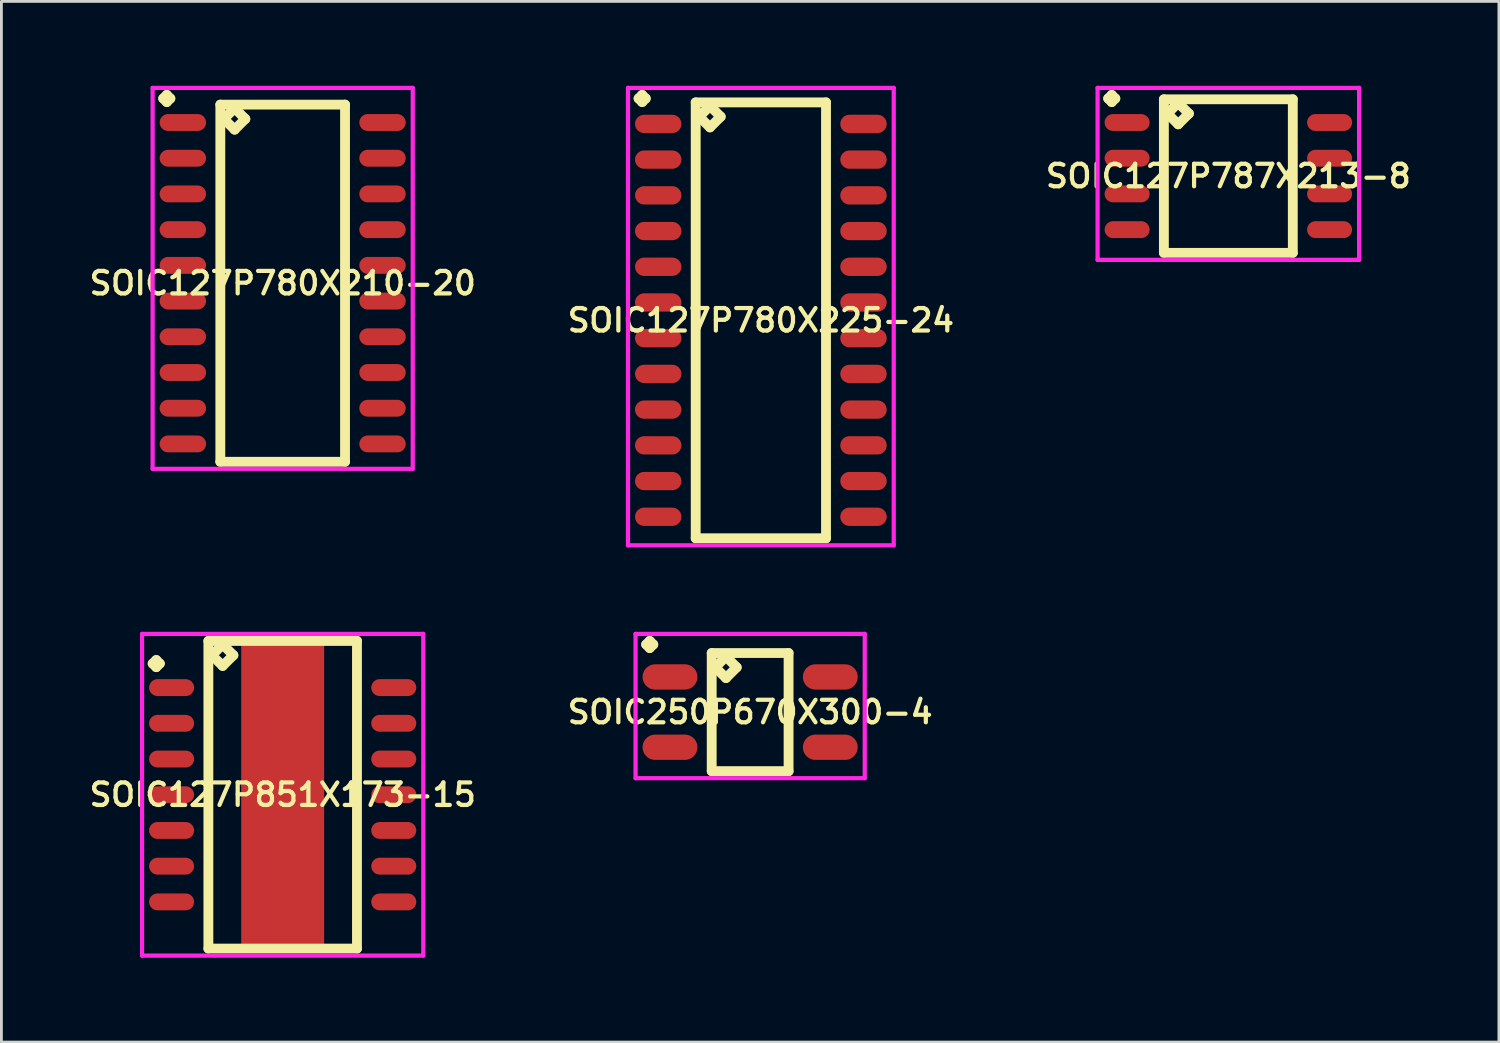
<source format=kicad_pcb>
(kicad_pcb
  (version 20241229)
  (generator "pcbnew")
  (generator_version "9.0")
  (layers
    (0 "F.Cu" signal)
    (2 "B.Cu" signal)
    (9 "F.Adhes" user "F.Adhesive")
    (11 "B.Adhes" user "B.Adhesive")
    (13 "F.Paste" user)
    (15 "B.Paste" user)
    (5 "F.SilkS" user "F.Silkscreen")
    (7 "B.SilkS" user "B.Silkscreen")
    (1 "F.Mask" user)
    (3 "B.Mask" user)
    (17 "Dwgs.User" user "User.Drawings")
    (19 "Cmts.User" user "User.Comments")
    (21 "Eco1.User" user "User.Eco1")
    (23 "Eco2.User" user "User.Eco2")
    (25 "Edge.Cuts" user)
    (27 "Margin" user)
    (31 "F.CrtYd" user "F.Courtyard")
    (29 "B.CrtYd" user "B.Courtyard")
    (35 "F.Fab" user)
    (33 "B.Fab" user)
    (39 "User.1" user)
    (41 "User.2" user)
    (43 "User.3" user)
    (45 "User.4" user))
  (footprint "SOIC127P787X213-8"
    (layer "F.Cu")
    (at 40.63 3.211)
    (property "Reference" "SOIC127P787X213-8" (at 0 0 0) (layer "F.SilkS") (effects (font (size 0.8 0.8) (thickness 0.15))))
    (attr through_hole)
    (fp_line (start -4.273 -2.759) (end -4.146 -2.886) (stroke (width 0.35) (type solid)) (layer "F.SilkS"))
    (fp_line (start -4.146 -2.886) (end -4.019 -2.759) (stroke (width 0.35) (type solid)) (layer "F.SilkS"))
    (fp_line (start -4.146 -2.632) (end -4.273 -2.759) (stroke (width 0.35) (type solid)) (layer "F.SilkS"))
    (fp_line (start -4.019 -2.759) (end -4.146 -2.632) (stroke (width 0.35) (type solid)) (layer "F.SilkS"))
    (fp_line (start -2.292 -2.73) (end -2.292 2.73) (stroke (width 0.35) (type solid)) (layer "F.SilkS"))
    (fp_line (start -2.292 2.73) (end 2.292 2.73) (stroke (width 0.35) (type solid)) (layer "F.SilkS"))
    (fp_line (start -2.165 -2.222) (end -1.784 -2.603) (stroke (width 0.35) (type solid)) (layer "F.SilkS"))
    (fp_line (start -1.784 -2.603) (end -1.403 -2.222) (stroke (width 0.35) (type solid)) (layer "F.SilkS"))
    (fp_line (start -1.784 -1.841) (end -2.165 -2.222) (stroke (width 0.35) (type solid)) (layer "F.SilkS"))
    (fp_line (start -1.403 -2.222) (end -1.784 -1.841) (stroke (width 0.35) (type solid)) (layer "F.SilkS"))
    (fp_line (start 2.292 -2.73) (end -2.292 -2.73) (stroke (width 0.35) (type solid)) (layer "F.SilkS"))
    (fp_line (start 2.292 2.73) (end 2.292 -2.73) (stroke (width 0.35) (type solid)) (layer "F.SilkS"))
    (fp_line (start -4.65 -3.136) (end 4.65 -3.136) (stroke (width 0.15) (type solid)) (layer "F.CrtYd"))
    (fp_line (start -4.65 2.98) (end -4.65 -3.136) (stroke (width 0.15) (type solid)) (layer "F.CrtYd"))
    (fp_line (start 4.65 -3.136) (end 4.65 2.98) (stroke (width 0.15) (type solid)) (layer "F.CrtYd"))
    (fp_line (start 4.65 2.98) (end -4.65 2.98) (stroke (width 0.15) (type solid)) (layer "F.CrtYd"))
    (pad "1" smd oval (at -3.6 -1.905) (size 1.6 0.6) (layers "F.Cu" "F.Mask" "F.Paste"))
    (pad "2" smd oval (at -3.6 -0.635) (size 1.6 0.6) (layers "F.Cu" "F.Mask" "F.Paste"))
    (pad "3" smd oval (at -3.6 0.635) (size 1.6 0.6) (layers "F.Cu" "F.Mask" "F.Paste"))
    (pad "4" smd oval (at -3.6 1.905) (size 1.6 0.6) (layers "F.Cu" "F.Mask" "F.Paste"))
    (pad "5" smd oval (at 3.6 1.905) (size 1.6 0.6) (layers "F.Cu" "F.Mask" "F.Paste"))
    (pad "6" smd oval (at 3.6 0.635) (size 1.6 0.6) (layers "F.Cu" "F.Mask" "F.Paste"))
    (pad "7" smd oval (at 3.6 -0.635) (size 1.6 0.6) (layers "F.Cu" "F.Mask" "F.Paste"))
    (pad "8" smd oval (at 3.6 -1.905) (size 1.6 0.6) (layers "F.Cu" "F.Mask" "F.Paste")))
  (footprint "SOIC127P780X225-24"
    (layer "F.Cu")
    (at 24.006 8.341)
    (property "Reference" "SOIC127P780X225-24" (at 0 0 0) (layer "F.SilkS") (effects (font (size 0.8 0.8) (thickness 0.15))))
    (attr through_hole)
    (fp_line (start -4.348 -7.889) (end -4.221 -8.016) (stroke (width 0.35) (type solid)) (layer "F.SilkS"))
    (fp_line (start -4.221 -8.016) (end -4.094 -7.889) (stroke (width 0.35) (type solid)) (layer "F.SilkS"))
    (fp_line (start -4.221 -7.762) (end -4.348 -7.889) (stroke (width 0.35) (type solid)) (layer "F.SilkS"))
    (fp_line (start -4.094 -7.889) (end -4.221 -7.762) (stroke (width 0.35) (type solid)) (layer "F.SilkS"))
    (fp_line (start -2.317 -7.75) (end -2.317 7.75) (stroke (width 0.35) (type solid)) (layer "F.SilkS"))
    (fp_line (start -2.317 7.75) (end 2.317 7.75) (stroke (width 0.35) (type solid)) (layer "F.SilkS"))
    (fp_line (start -2.19 -7.242) (end -1.809 -7.623) (stroke (width 0.35) (type solid)) (layer "F.SilkS"))
    (fp_line (start -1.809 -7.623) (end -1.428 -7.242) (stroke (width 0.35) (type solid)) (layer "F.SilkS"))
    (fp_line (start -1.809 -6.861) (end -2.19 -7.242) (stroke (width 0.35) (type solid)) (layer "F.SilkS"))
    (fp_line (start -1.428 -7.242) (end -1.809 -6.861) (stroke (width 0.35) (type solid)) (layer "F.SilkS"))
    (fp_line (start 2.317 -7.75) (end -2.317 -7.75) (stroke (width 0.35) (type solid)) (layer "F.SilkS"))
    (fp_line (start 2.317 7.75) (end 2.317 -7.75) (stroke (width 0.35) (type solid)) (layer "F.SilkS"))
    (fp_line (start -4.725 -8.266) (end 4.725 -8.266) (stroke (width 0.15) (type solid)) (layer "F.CrtYd"))
    (fp_line (start -4.725 8) (end -4.725 -8.266) (stroke (width 0.15) (type solid)) (layer "F.CrtYd"))
    (fp_line (start 4.725 -8.266) (end 4.725 8) (stroke (width 0.15) (type solid)) (layer "F.CrtYd"))
    (fp_line (start 4.725 8) (end -4.725 8) (stroke (width 0.15) (type solid)) (layer "F.CrtYd"))
    (pad "1" smd oval (at -3.65 -6.985) (size 1.65 0.65) (layers "F.Cu" "F.Mask" "F.Paste"))
    (pad "2" smd oval (at -3.65 -5.715) (size 1.65 0.65) (layers "F.Cu" "F.Mask" "F.Paste"))
    (pad "3" smd oval (at -3.65 -4.445) (size 1.65 0.65) (layers "F.Cu" "F.Mask" "F.Paste"))
    (pad "4" smd oval (at -3.65 -3.175) (size 1.65 0.65) (layers "F.Cu" "F.Mask" "F.Paste"))
    (pad "5" smd oval (at -3.65 -1.905) (size 1.65 0.65) (layers "F.Cu" "F.Mask" "F.Paste"))
    (pad "6" smd oval (at -3.65 -0.635) (size 1.65 0.65) (layers "F.Cu" "F.Mask" "F.Paste"))
    (pad "7" smd oval (at -3.65 0.635) (size 1.65 0.65) (layers "F.Cu" "F.Mask" "F.Paste"))
    (pad "8" smd oval (at -3.65 1.905) (size 1.65 0.65) (layers "F.Cu" "F.Mask" "F.Paste"))
    (pad "9" smd oval (at -3.65 3.175) (size 1.65 0.65) (layers "F.Cu" "F.Mask" "F.Paste"))
    (pad "10" smd oval (at -3.65 4.445) (size 1.65 0.65) (layers "F.Cu" "F.Mask" "F.Paste"))
    (pad "11" smd oval (at -3.65 5.715) (size 1.65 0.65) (layers "F.Cu" "F.Mask" "F.Paste"))
    (pad "12" smd oval (at -3.65 6.985) (size 1.65 0.65) (layers "F.Cu" "F.Mask" "F.Paste"))
    (pad "13" smd oval (at 3.65 6.985) (size 1.65 0.65) (layers "F.Cu" "F.Mask" "F.Paste"))
    (pad "14" smd oval (at 3.65 5.715) (size 1.65 0.65) (layers "F.Cu" "F.Mask" "F.Paste"))
    (pad "15" smd oval (at 3.65 4.445) (size 1.65 0.65) (layers "F.Cu" "F.Mask" "F.Paste"))
    (pad "16" smd oval (at 3.65 3.175) (size 1.65 0.65) (layers "F.Cu" "F.Mask" "F.Paste"))
    (pad "17" smd oval (at 3.65 1.905) (size 1.65 0.65) (layers "F.Cu" "F.Mask" "F.Paste"))
    (pad "18" smd oval (at 3.65 0.635) (size 1.65 0.65) (layers "F.Cu" "F.Mask" "F.Paste"))
    (pad "19" smd oval (at 3.65 -0.635) (size 1.65 0.65) (layers "F.Cu" "F.Mask" "F.Paste"))
    (pad "20" smd oval (at 3.65 -1.905) (size 1.65 0.65) (layers "F.Cu" "F.Mask" "F.Paste"))
    (pad "21" smd oval (at 3.65 -3.175) (size 1.65 0.65) (layers "F.Cu" "F.Mask" "F.Paste"))
    (pad "22" smd oval (at 3.65 -4.445) (size 1.65 0.65) (layers "F.Cu" "F.Mask" "F.Paste"))
    (pad "23" smd oval (at 3.65 -5.715) (size 1.65 0.65) (layers "F.Cu" "F.Mask" "F.Paste"))
    (pad "24" smd oval (at 3.65 -6.985) (size 1.65 0.65) (layers "F.Cu" "F.Mask" "F.Paste")))
  (footprint "SOIC127P780X210-20"
    (layer "F.Cu")
    (at 7.002 7.021)
    (property "Reference" "SOIC127P780X210-20" (at 0 0 0) (layer "F.SilkS") (effects (font (size 0.8 0.8) (thickness 0.15))))
    (attr through_hole)
    (fp_line (start -4.248 -6.569) (end -4.121 -6.696) (stroke (width 0.35) (type solid)) (layer "F.SilkS"))
    (fp_line (start -4.121 -6.696) (end -3.994 -6.569) (stroke (width 0.35) (type solid)) (layer "F.SilkS"))
    (fp_line (start -4.121 -6.442) (end -4.248 -6.569) (stroke (width 0.35) (type solid)) (layer "F.SilkS"))
    (fp_line (start -3.994 -6.569) (end -4.121 -6.442) (stroke (width 0.35) (type solid)) (layer "F.SilkS"))
    (fp_line (start -2.217 -6.35) (end -2.217 6.35) (stroke (width 0.35) (type solid)) (layer "F.SilkS"))
    (fp_line (start -2.217 6.35) (end 2.217 6.35) (stroke (width 0.35) (type solid)) (layer "F.SilkS"))
    (fp_line (start -2.09 -5.842) (end -1.709 -6.223) (stroke (width 0.35) (type solid)) (layer "F.SilkS"))
    (fp_line (start -1.709 -6.223) (end -1.328 -5.842) (stroke (width 0.35) (type solid)) (layer "F.SilkS"))
    (fp_line (start -1.709 -5.461) (end -2.09 -5.842) (stroke (width 0.35) (type solid)) (layer "F.SilkS"))
    (fp_line (start -1.328 -5.842) (end -1.709 -5.461) (stroke (width 0.35) (type solid)) (layer "F.SilkS"))
    (fp_line (start 2.217 -6.35) (end -2.217 -6.35) (stroke (width 0.35) (type solid)) (layer "F.SilkS"))
    (fp_line (start 2.217 6.35) (end 2.217 -6.35) (stroke (width 0.35) (type solid)) (layer "F.SilkS"))
    (fp_line (start -4.625 -6.946) (end 4.625 -6.946) (stroke (width 0.15) (type solid)) (layer "F.CrtYd"))
    (fp_line (start -4.625 6.6) (end -4.625 -6.946) (stroke (width 0.15) (type solid)) (layer "F.CrtYd"))
    (fp_line (start 4.625 -6.946) (end 4.625 6.6) (stroke (width 0.15) (type solid)) (layer "F.CrtYd"))
    (fp_line (start 4.625 6.6) (end -4.625 6.6) (stroke (width 0.15) (type solid)) (layer "F.CrtYd"))
    (pad "1" smd oval (at -3.55 -5.715) (size 1.65 0.6) (layers "F.Cu" "F.Mask" "F.Paste"))
    (pad "2" smd oval (at -3.55 -4.445) (size 1.65 0.6) (layers "F.Cu" "F.Mask" "F.Paste"))
    (pad "3" smd oval (at -3.55 -3.175) (size 1.65 0.6) (layers "F.Cu" "F.Mask" "F.Paste"))
    (pad "4" smd oval (at -3.55 -1.905) (size 1.65 0.6) (layers "F.Cu" "F.Mask" "F.Paste"))
    (pad "5" smd oval (at -3.55 -0.635) (size 1.65 0.6) (layers "F.Cu" "F.Mask" "F.Paste"))
    (pad "6" smd oval (at -3.55 0.635) (size 1.65 0.6) (layers "F.Cu" "F.Mask" "F.Paste"))
    (pad "7" smd oval (at -3.55 1.905) (size 1.65 0.6) (layers "F.Cu" "F.Mask" "F.Paste"))
    (pad "8" smd oval (at -3.55 3.175) (size 1.65 0.6) (layers "F.Cu" "F.Mask" "F.Paste"))
    (pad "9" smd oval (at -3.55 4.445) (size 1.65 0.6) (layers "F.Cu" "F.Mask" "F.Paste"))
    (pad "10" smd oval (at -3.55 5.715) (size 1.65 0.6) (layers "F.Cu" "F.Mask" "F.Paste"))
    (pad "11" smd oval (at 3.55 5.715) (size 1.65 0.6) (layers "F.Cu" "F.Mask" "F.Paste"))
    (pad "12" smd oval (at 3.55 4.445) (size 1.65 0.6) (layers "F.Cu" "F.Mask" "F.Paste"))
    (pad "13" smd oval (at 3.55 3.175) (size 1.65 0.6) (layers "F.Cu" "F.Mask" "F.Paste"))
    (pad "14" smd oval (at 3.55 1.905) (size 1.65 0.6) (layers "F.Cu" "F.Mask" "F.Paste"))
    (pad "15" smd oval (at 3.55 0.635) (size 1.65 0.6) (layers "F.Cu" "F.Mask" "F.Paste"))
    (pad "16" smd oval (at 3.55 -0.635) (size 1.65 0.6) (layers "F.Cu" "F.Mask" "F.Paste"))
    (pad "17" smd oval (at 3.55 -1.905) (size 1.65 0.6) (layers "F.Cu" "F.Mask" "F.Paste"))
    (pad "18" smd oval (at 3.55 -3.175) (size 1.65 0.6) (layers "F.Cu" "F.Mask" "F.Paste"))
    (pad "19" smd oval (at 3.55 -4.445) (size 1.65 0.6) (layers "F.Cu" "F.Mask" "F.Paste"))
    (pad "20" smd oval (at 3.55 -5.715) (size 1.65 0.6) (layers "F.Cu" "F.Mask" "F.Paste")))
  (footprint "SOIC250P670X300-4"
    (layer "F.Cu")
    (at 23.625 22.272)
    (property "Reference" "SOIC250P670X300-4" (at 0 0 0) (layer "F.SilkS") (effects (font (size 0.8 0.8) (thickness 0.15))))
    (attr smd)
    (fp_line (start -3.698 -2.404) (end -3.571 -2.531) (stroke (width 0.35) (type solid)) (layer "F.SilkS"))
    (fp_line (start -3.571 -2.531) (end -3.444 -2.404) (stroke (width 0.35) (type solid)) (layer "F.SilkS"))
    (fp_line (start -3.571 -2.277) (end -3.698 -2.404) (stroke (width 0.35) (type solid)) (layer "F.SilkS"))
    (fp_line (start -3.444 -2.404) (end -3.571 -2.277) (stroke (width 0.35) (type solid)) (layer "F.SilkS"))
    (fp_line (start -1.367 -2.1) (end -1.367 2.1) (stroke (width 0.35) (type solid)) (layer "F.SilkS"))
    (fp_line (start -1.367 2.1) (end 1.367 2.1) (stroke (width 0.35) (type solid)) (layer "F.SilkS"))
    (fp_line (start -1.24 -1.592) (end -0.859 -1.973) (stroke (width 0.35) (type solid)) (layer "F.SilkS"))
    (fp_line (start -0.859 -1.973) (end -0.478 -1.592) (stroke (width 0.35) (type solid)) (layer "F.SilkS"))
    (fp_line (start -0.859 -1.211) (end -1.24 -1.592) (stroke (width 0.35) (type solid)) (layer "F.SilkS"))
    (fp_line (start -0.478 -1.592) (end -0.859 -1.211) (stroke (width 0.35) (type solid)) (layer "F.SilkS"))
    (fp_line (start 1.367 -2.1) (end -1.367 -2.1) (stroke (width 0.35) (type solid)) (layer "F.SilkS"))
    (fp_line (start 1.367 2.1) (end 1.367 -2.1) (stroke (width 0.35) (type solid)) (layer "F.SilkS"))
    (fp_line (start -4.075 -2.781) (end 4.075 -2.781) (stroke (width 0.15) (type solid)) (layer "F.CrtYd"))
    (fp_line (start -4.075 2.35) (end -4.075 -2.781) (stroke (width 0.15) (type solid)) (layer "F.CrtYd"))
    (fp_line (start 4.075 -2.781) (end 4.075 2.35) (stroke (width 0.15) (type solid)) (layer "F.CrtYd"))
    (fp_line (start 4.075 2.35) (end -4.075 2.35) (stroke (width 0.15) (type solid)) (layer "F.CrtYd"))
    (pad "1" smd oval (at -2.85 -1.25) (size 1.95 0.9) (layers "F.Cu" "F.Mask" "F.Paste"))
    (pad "2" smd oval (at -2.85 1.25) (size 1.95 0.9) (layers "F.Cu" "F.Mask" "F.Paste"))
    (pad "3" smd oval (at 2.85 1.25) (size 1.95 0.9) (layers "F.Cu" "F.Mask" "F.Paste"))
    (pad "4" smd oval (at 2.85 -1.25) (size 1.95 0.9) (layers "F.Cu" "F.Mask" "F.Paste")))
  (footprint "SOIC127P851X173-15"
    (layer "F.Cu")
    (at 7.002 25.211)
    (property "Reference" "SOIC127P851X173-15" (at 0 0 0) (layer "F.SilkS") (effects (font (size 0.8 0.8) (thickness 0.15))))
    (attr through_hole)
    (fp_line (start -4.623 -4.664) (end -4.496 -4.791) (stroke (width 0.35) (type solid)) (layer "F.SilkS"))
    (fp_line (start -4.496 -4.791) (end -4.369 -4.664) (stroke (width 0.35) (type solid)) (layer "F.SilkS"))
    (fp_line (start -4.496 -4.537) (end -4.623 -4.664) (stroke (width 0.35) (type solid)) (layer "F.SilkS"))
    (fp_line (start -4.369 -4.664) (end -4.496 -4.537) (stroke (width 0.35) (type solid)) (layer "F.SilkS"))
    (fp_line (start -2.642 -5.47) (end -2.642 5.47) (stroke (width 0.35) (type solid)) (layer "F.SilkS"))
    (fp_line (start -2.642 5.47) (end 2.642 5.47) (stroke (width 0.35) (type solid)) (layer "F.SilkS"))
    (fp_line (start -2.515 -4.962) (end -2.134 -5.343) (stroke (width 0.35) (type solid)) (layer "F.SilkS"))
    (fp_line (start -2.134 -5.343) (end -1.753 -4.962) (stroke (width 0.35) (type solid)) (layer "F.SilkS"))
    (fp_line (start -2.134 -4.581) (end -2.515 -4.962) (stroke (width 0.35) (type solid)) (layer "F.SilkS"))
    (fp_line (start -1.753 -4.962) (end -2.134 -4.581) (stroke (width 0.35) (type solid)) (layer "F.SilkS"))
    (fp_line (start 2.642 -5.47) (end -2.642 -5.47) (stroke (width 0.35) (type solid)) (layer "F.SilkS"))
    (fp_line (start 2.642 5.47) (end 2.642 -5.47) (stroke (width 0.35) (type solid)) (layer "F.SilkS"))
    (fp_line (start -5 -5.72) (end 5 -5.72) (stroke (width 0.15) (type solid)) (layer "F.CrtYd"))
    (fp_line (start -5 5.72) (end -5 -5.72) (stroke (width 0.15) (type solid)) (layer "F.CrtYd"))
    (fp_line (start 5 -5.72) (end 5 5.72) (stroke (width 0.15) (type solid)) (layer "F.CrtYd"))
    (fp_line (start 5 5.72) (end -5 5.72) (stroke (width 0.15) (type solid)) (layer "F.CrtYd"))
    (pad "1" smd oval (at -3.95 -3.81) (size 1.6 0.6) (layers "F.Cu" "F.Mask" "F.Paste"))
    (pad "2" smd oval (at -3.95 -2.54) (size 1.6 0.6) (layers "F.Cu" "F.Mask" "F.Paste"))
    (pad "3" smd oval (at -3.95 -1.27) (size 1.6 0.6) (layers "F.Cu" "F.Mask" "F.Paste"))
    (pad "4" smd oval (at -3.95 0) (size 1.6 0.6) (layers "F.Cu" "F.Mask" "F.Paste"))
    (pad "5" smd oval (at -3.95 1.27) (size 1.6 0.6) (layers "F.Cu" "F.Mask" "F.Paste"))
    (pad "6" smd oval (at -3.95 2.54) (size 1.6 0.6) (layers "F.Cu" "F.Mask" "F.Paste"))
    (pad "7" smd oval (at -3.95 3.81) (size 1.6 0.6) (layers "F.Cu" "F.Mask" "F.Paste"))
    (pad "8" smd oval (at 3.95 3.81) (size 1.6 0.6) (layers "F.Cu" "F.Mask" "F.Paste"))
    (pad "9" smd oval (at 3.95 2.54) (size 1.6 0.6) (layers "F.Cu" "F.Mask" "F.Paste"))
    (pad "10" smd oval (at 3.95 1.27) (size 1.6 0.6) (layers "F.Cu" "F.Mask" "F.Paste"))
    (pad "11" smd oval (at 3.95 0) (size 1.6 0.6) (layers "F.Cu" "F.Mask" "F.Paste"))
    (pad "12" smd oval (at 3.95 -1.27) (size 1.6 0.6) (layers "F.Cu" "F.Mask" "F.Paste"))
    (pad "13" smd oval (at 3.95 -2.54) (size 1.6 0.6) (layers "F.Cu" "F.Mask" "F.Paste"))
    (pad "14" smd oval (at 3.95 -3.81) (size 1.6 0.6) (layers "F.Cu" "F.Mask" "F.Paste"))
    (pad "15" smd rect (at 0 0) (size 2.95 10.9) (layers "F.Cu" "F.Mask" "F.Paste")))
  (gr_rect
    (start -3 -3)
    (end 50.251 34.006)
    (stroke (width 0.1) (type default))
    (fill no)
    (layer "Edge.Cuts")))
</source>
